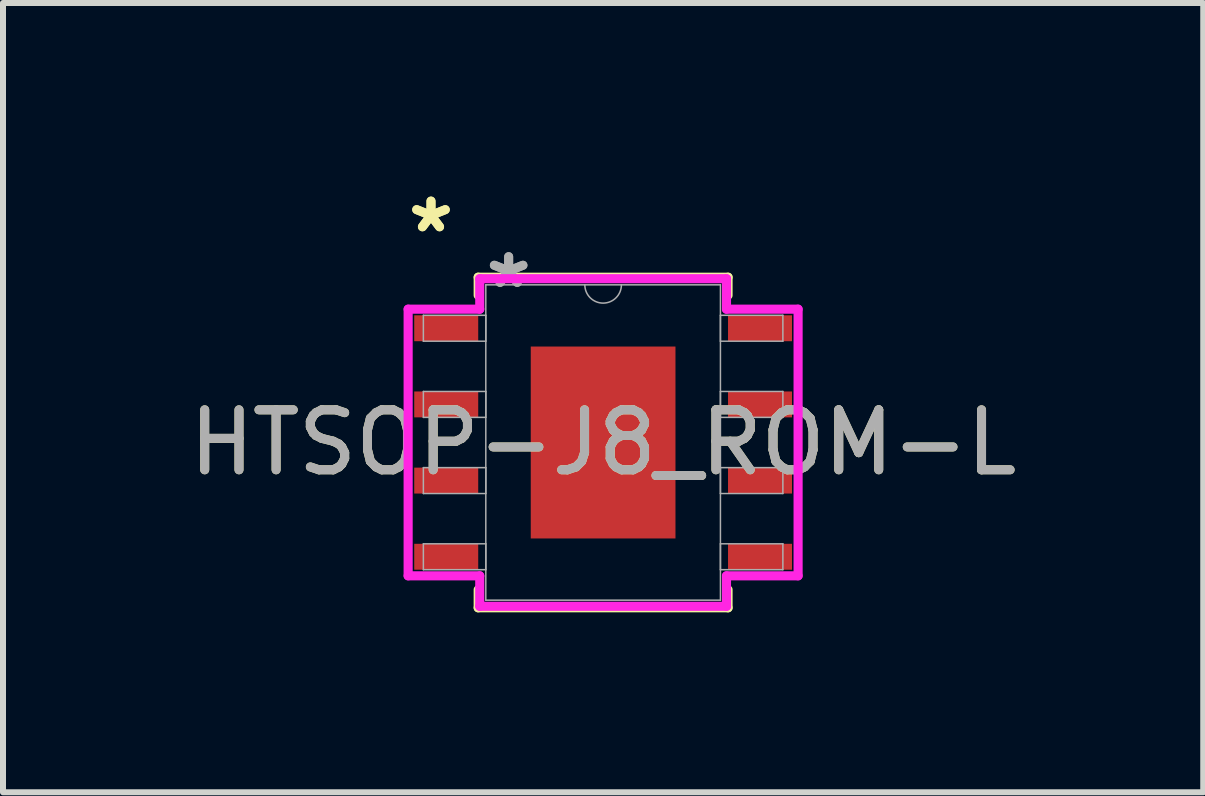
<source format=kicad_pcb>
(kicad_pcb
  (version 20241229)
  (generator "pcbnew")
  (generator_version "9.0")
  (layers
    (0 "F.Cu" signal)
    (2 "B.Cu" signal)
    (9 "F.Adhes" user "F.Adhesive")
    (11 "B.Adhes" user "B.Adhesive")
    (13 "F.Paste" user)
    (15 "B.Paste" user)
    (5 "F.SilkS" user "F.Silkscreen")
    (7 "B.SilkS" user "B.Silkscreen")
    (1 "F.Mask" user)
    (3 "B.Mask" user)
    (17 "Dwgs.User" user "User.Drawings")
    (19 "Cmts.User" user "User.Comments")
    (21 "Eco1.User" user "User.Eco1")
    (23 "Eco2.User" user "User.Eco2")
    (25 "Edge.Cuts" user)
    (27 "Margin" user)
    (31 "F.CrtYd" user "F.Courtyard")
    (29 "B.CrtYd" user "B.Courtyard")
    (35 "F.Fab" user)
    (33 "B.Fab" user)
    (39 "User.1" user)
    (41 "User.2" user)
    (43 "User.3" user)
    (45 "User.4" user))
  (footprint "HTSOP-J8_ROM-L"
    (layer "F.Cu")
    (at 7.006 4.328)
    (property "Reference" "HTSOP-J8_ROM-L" (at 0 0 0) (unlocked yes) (layer "F.SilkS") (effects (font (size 1 1) (thickness 0.15))))
    (attr smd)
    (fp_line (start -2.083 -2.756) (end -2.083 -2.454) (stroke (width 0.152) (type solid)) (layer "F.SilkS"))
    (fp_line (start -2.083 2.454) (end -2.083 2.756) (stroke (width 0.152) (type solid)) (layer "F.SilkS"))
    (fp_line (start -2.083 2.756) (end 2.083 2.756) (stroke (width 0.152) (type solid)) (layer "F.SilkS"))
    (fp_line (start 2.083 -2.756) (end -2.083 -2.756) (stroke (width 0.152) (type solid)) (layer "F.SilkS"))
    (fp_line (start 2.083 -2.454) (end 2.083 -2.756) (stroke (width 0.152) (type solid)) (layer "F.SilkS"))
    (fp_line (start 2.083 2.756) (end 2.083 2.454) (stroke (width 0.152) (type solid)) (layer "F.SilkS"))
    (fp_poly (pts (xy -1.107 -1.5) (xy -1.107 -0.1) (xy 1.107 -0.1) (xy 1.107 -1.5)) (stroke (width 0) (type solid)) (fill yes) (layer "F.Paste"))
    (fp_poly (pts (xy -1.107 0.1) (xy -1.107 1.5) (xy 1.107 1.5) (xy 1.107 0.1)) (stroke (width 0) (type solid)) (fill yes) (layer "F.Paste"))
    (fp_line (start -3.251 -2.223) (end -2.057 -2.223) (stroke (width 0.152) (type solid)) (layer "F.CrtYd"))
    (fp_line (start -3.251 2.223) (end -3.251 -2.223) (stroke (width 0.152) (type solid)) (layer "F.CrtYd"))
    (fp_line (start -3.251 2.223) (end -2.057 2.223) (stroke (width 0.152) (type solid)) (layer "F.CrtYd"))
    (fp_line (start -2.057 -2.731) (end 2.057 -2.731) (stroke (width 0.152) (type solid)) (layer "F.CrtYd"))
    (fp_line (start -2.057 -2.223) (end -2.057 -2.731) (stroke (width 0.152) (type solid)) (layer "F.CrtYd"))
    (fp_line (start -2.057 2.731) (end -2.057 2.223) (stroke (width 0.152) (type solid)) (layer "F.CrtYd"))
    (fp_line (start 2.057 -2.731) (end 2.057 -2.223) (stroke (width 0.152) (type solid)) (layer "F.CrtYd"))
    (fp_line (start 2.057 2.223) (end 2.057 2.731) (stroke (width 0.152) (type solid)) (layer "F.CrtYd"))
    (fp_line (start 2.057 2.731) (end -2.057 2.731) (stroke (width 0.152) (type solid)) (layer "F.CrtYd"))
    (fp_line (start 3.251 -2.223) (end 2.057 -2.223) (stroke (width 0.152) (type solid)) (layer "F.CrtYd"))
    (fp_line (start 3.251 -2.223) (end 3.251 2.223) (stroke (width 0.152) (type solid)) (layer "F.CrtYd"))
    (fp_line (start 3.251 2.223) (end 2.057 2.223) (stroke (width 0.152) (type solid)) (layer "F.CrtYd"))
    (fp_line (start -2.997 -2.121) (end -2.997 -1.689) (stroke (width 0.025) (type solid)) (layer "F.Fab"))
    (fp_line (start -2.997 -1.689) (end -1.956 -1.689) (stroke (width 0.025) (type solid)) (layer "F.Fab"))
    (fp_line (start -2.997 -0.851) (end -2.997 -0.419) (stroke (width 0.025) (type solid)) (layer "F.Fab"))
    (fp_line (start -2.997 -0.419) (end -1.956 -0.419) (stroke (width 0.025) (type solid)) (layer "F.Fab"))
    (fp_line (start -2.997 0.419) (end -2.997 0.851) (stroke (width 0.025) (type solid)) (layer "F.Fab"))
    (fp_line (start -2.997 0.851) (end -1.956 0.851) (stroke (width 0.025) (type solid)) (layer "F.Fab"))
    (fp_line (start -2.997 1.689) (end -2.997 2.121) (stroke (width 0.025) (type solid)) (layer "F.Fab"))
    (fp_line (start -2.997 2.121) (end -1.956 2.121) (stroke (width 0.025) (type solid)) (layer "F.Fab"))
    (fp_line (start -1.956 -2.629) (end -1.956 2.629) (stroke (width 0.025) (type solid)) (layer "F.Fab"))
    (fp_line (start -1.956 -2.121) (end -2.997 -2.121) (stroke (width 0.025) (type solid)) (layer "F.Fab"))
    (fp_line (start -1.956 -1.689) (end -1.956 -2.121) (stroke (width 0.025) (type solid)) (layer "F.Fab"))
    (fp_line (start -1.956 -0.851) (end -2.997 -0.851) (stroke (width 0.025) (type solid)) (layer "F.Fab"))
    (fp_line (start -1.956 -0.419) (end -1.956 -0.851) (stroke (width 0.025) (type solid)) (layer "F.Fab"))
    (fp_line (start -1.956 0.419) (end -2.997 0.419) (stroke (width 0.025) (type solid)) (layer "F.Fab"))
    (fp_line (start -1.956 0.851) (end -1.956 0.419) (stroke (width 0.025) (type solid)) (layer "F.Fab"))
    (fp_line (start -1.956 1.689) (end -2.997 1.689) (stroke (width 0.025) (type solid)) (layer "F.Fab"))
    (fp_line (start -1.956 2.121) (end -1.956 1.689) (stroke (width 0.025) (type solid)) (layer "F.Fab"))
    (fp_line (start -1.956 2.629) (end 1.956 2.629) (stroke (width 0.025) (type solid)) (layer "F.Fab"))
    (fp_line (start 1.956 -2.629) (end -1.956 -2.629) (stroke (width 0.025) (type solid)) (layer "F.Fab"))
    (fp_line (start 1.956 -2.121) (end 1.956 -1.689) (stroke (width 0.025) (type solid)) (layer "F.Fab"))
    (fp_line (start 1.956 -1.689) (end 2.997 -1.689) (stroke (width 0.025) (type solid)) (layer "F.Fab"))
    (fp_line (start 1.956 -0.851) (end 1.956 -0.419) (stroke (width 0.025) (type solid)) (layer "F.Fab"))
    (fp_line (start 1.956 -0.419) (end 2.997 -0.419) (stroke (width 0.025) (type solid)) (layer "F.Fab"))
    (fp_line (start 1.956 0.419) (end 1.956 0.851) (stroke (width 0.025) (type solid)) (layer "F.Fab"))
    (fp_line (start 1.956 0.851) (end 2.997 0.851) (stroke (width 0.025) (type solid)) (layer "F.Fab"))
    (fp_line (start 1.956 1.689) (end 1.956 2.121) (stroke (width 0.025) (type solid)) (layer "F.Fab"))
    (fp_line (start 1.956 2.121) (end 2.997 2.121) (stroke (width 0.025) (type solid)) (layer "F.Fab"))
    (fp_line (start 1.956 2.629) (end 1.956 -2.629) (stroke (width 0.025) (type solid)) (layer "F.Fab"))
    (fp_line (start 2.997 -2.121) (end 1.956 -2.121) (stroke (width 0.025) (type solid)) (layer "F.Fab"))
    (fp_line (start 2.997 -1.689) (end 2.997 -2.121) (stroke (width 0.025) (type solid)) (layer "F.Fab"))
    (fp_line (start 2.997 -0.851) (end 1.956 -0.851) (stroke (width 0.025) (type solid)) (layer "F.Fab"))
    (fp_line (start 2.997 -0.419) (end 2.997 -0.851) (stroke (width 0.025) (type solid)) (layer "F.Fab"))
    (fp_line (start 2.997 0.419) (end 1.956 0.419) (stroke (width 0.025) (type solid)) (layer "F.Fab"))
    (fp_line (start 2.997 0.851) (end 2.997 0.419) (stroke (width 0.025) (type solid)) (layer "F.Fab"))
    (fp_line (start 2.997 1.689) (end 1.956 1.689) (stroke (width 0.025) (type solid)) (layer "F.Fab"))
    (fp_line (start 2.997 2.121) (end 2.997 1.689) (stroke (width 0.025) (type solid)) (layer "F.Fab"))
    (fp_arc (start 0.3048 -2.6289) (mid 0 -2.3241) (end -0.3048 -2.6289) (stroke (width 0.0254) (type solid)) (layer "F.Fab"))
    (fp_text user "*" (at -2.87 -3.48 0) (layer "F.SilkS") (effects (font (size 1 1) (thickness 0.15))))
    (fp_text user "*" (at -2.87 -3.48 0) (unlocked yes) (layer "F.SilkS") (effects (font (size 1 1) (thickness 0.15))))
    (fp_text user "*" (at -1.575 -2.553 0) (unlocked yes) (layer "F.Fab") (effects (font (size 1 1) (thickness 0.15))))
    (fp_text user "*" (at -1.575 -2.553 0) (layer "F.Fab") (effects (font (size 1 1) (thickness 0.15))))
    (fp_text user "${REFERENCE}" (at 0 0 0) (unlocked yes) (layer "F.Fab") (effects (font (size 1 1) (thickness 0.15))))
    (pad "1" smd rect (at -2.616 -1.905) (size 1.067 0.432) (layers "F.Cu" "F.Mask" "F.Paste"))
    (pad "2" smd rect (at -2.616 -0.635) (size 1.067 0.432) (layers "F.Cu" "F.Mask" "F.Paste"))
    (pad "3" smd rect (at -2.616 0.635) (size 1.067 0.432) (layers "F.Cu" "F.Mask" "F.Paste"))
    (pad "4" smd rect (at -2.616 1.905) (size 1.067 0.432) (layers "F.Cu" "F.Mask" "F.Paste"))
    (pad "5" smd rect (at 2.616 1.905) (size 1.067 0.432) (layers "F.Cu" "F.Mask" "F.Paste"))
    (pad "6" smd rect (at 2.616 0.635) (size 1.067 0.432) (layers "F.Cu" "F.Mask" "F.Paste"))
    (pad "7" smd rect (at 2.616 -0.635) (size 1.067 0.432) (layers "F.Cu" "F.Mask" "F.Paste"))
    (pad "8" smd rect (at 2.616 -1.905) (size 1.067 0.432) (layers "F.Cu" "F.Mask" "F.Paste"))
    (pad "EPAD" smd rect (at 0 0) (size 2.413 3.2) (layers "F.Cu" "F.Mask")))
  (gr_rect
    (start -3 -3)
    (end 17.012 10.16)
    (stroke (width 0.1) (type default))
    (fill no)
    (layer "Edge.Cuts")))
</source>
